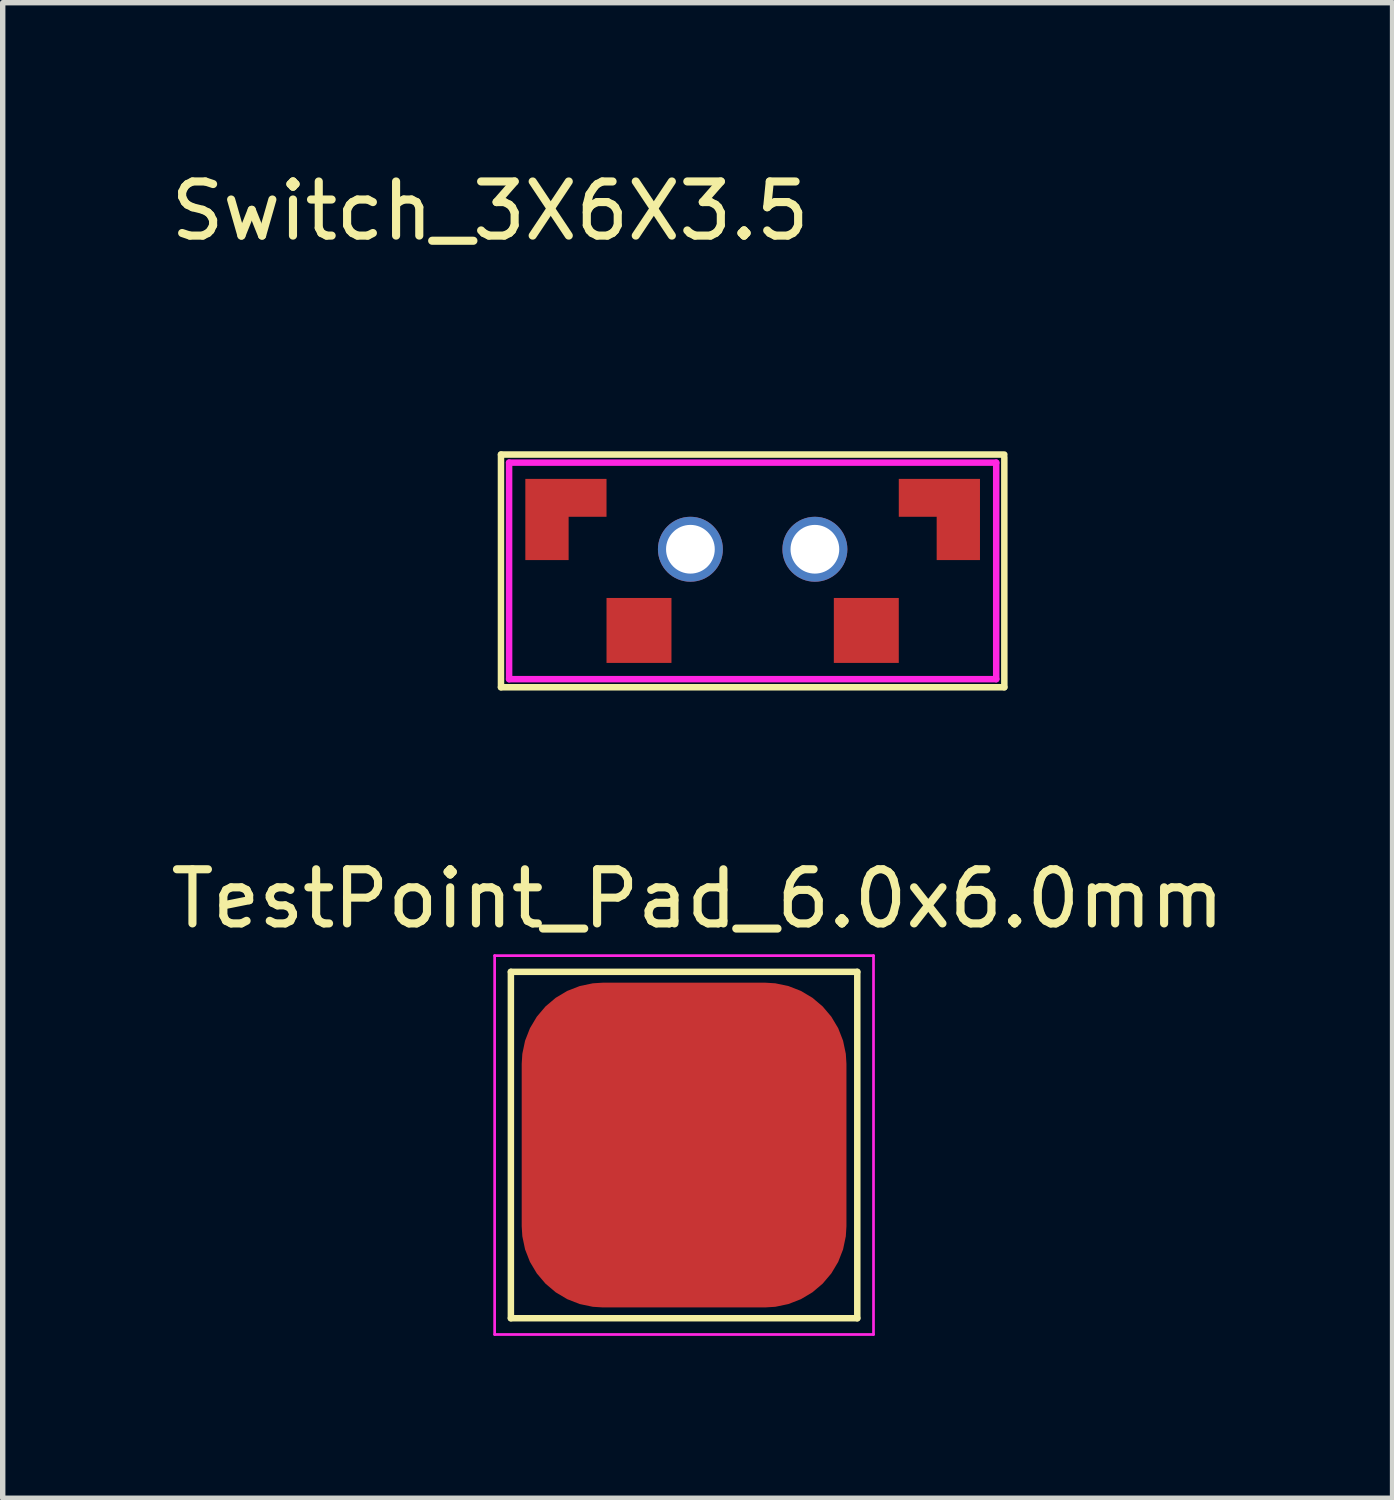
<source format=kicad_pcb>
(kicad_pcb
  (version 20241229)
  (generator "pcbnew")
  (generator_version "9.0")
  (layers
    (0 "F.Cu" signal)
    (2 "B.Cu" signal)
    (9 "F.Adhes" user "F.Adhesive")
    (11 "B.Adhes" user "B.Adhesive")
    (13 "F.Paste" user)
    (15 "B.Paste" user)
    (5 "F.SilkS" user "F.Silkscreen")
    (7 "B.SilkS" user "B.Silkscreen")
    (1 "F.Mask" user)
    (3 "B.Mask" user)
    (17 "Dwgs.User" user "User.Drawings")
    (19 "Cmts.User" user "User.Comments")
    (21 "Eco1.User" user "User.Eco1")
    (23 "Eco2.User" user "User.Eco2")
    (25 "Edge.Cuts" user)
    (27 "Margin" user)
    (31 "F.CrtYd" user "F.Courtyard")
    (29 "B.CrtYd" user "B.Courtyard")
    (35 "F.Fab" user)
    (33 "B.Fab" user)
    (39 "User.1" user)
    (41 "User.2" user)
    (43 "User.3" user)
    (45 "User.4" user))
  (footprint "TestPoint_Pad_6.0x6.0mm"
    (layer "F.Cu")
    (at 9.589 18.256)
    (property "Reference" "TestPoint_Pad_6.0x6.0mm" (at 0.25 -4.7 0) (layer "F.SilkS") (effects (font (size 1 1) (thickness 0.15))))
    (attr through_hole)
    (fp_line (start -3.2 -3.35) (end 3.2 -3.35) (stroke (width 0.12) (type solid)) (layer "F.SilkS"))
    (fp_line (start -3.2 3.05) (end -3.2 -3.35) (stroke (width 0.12) (type solid)) (layer "F.SilkS"))
    (fp_line (start 3.2 -3.35) (end 3.2 3.05) (stroke (width 0.12) (type solid)) (layer "F.SilkS"))
    (fp_line (start 3.2 3.05) (end -3.2 3.05) (stroke (width 0.12) (type solid)) (layer "F.SilkS"))
    (fp_line (start -3.5 -3.65) (end -3.5 3.35) (stroke (width 0.05) (type solid)) (layer "F.CrtYd"))
    (fp_line (start -3.5 -3.65) (end 3.5 -3.65) (stroke (width 0.05) (type solid)) (layer "F.CrtYd"))
    (fp_line (start 3.5 3.35) (end -3.5 3.35) (stroke (width 0.05) (type solid)) (layer "F.CrtYd"))
    (fp_line (start 3.5 3.35) (end 3.5 -3.65) (stroke (width 0.05) (type solid)) (layer "F.CrtYd"))
    (pad "1" smd roundrect (at 0 -0.15) (size 6 6) (layers "F.Cu" "F.Mask") (roundrect_rratio 0.25)))
  (footprint "Switch_3X6X3.5"
    (layer "F.Cu")
    (at 6.006 5.348)
    (property "Reference" "Switch_3X6X3.5" (at 0 -4.5 0) (layer "F.SilkS") (effects (font (size 1 1) (thickness 0.15))))
    (attr through_hole)
    (fp_line (start 0.2 0) (end 9.5 0) (stroke (width 0.12) (type solid)) (layer "F.SilkS"))
    (fp_line (start 0.2 4.3) (end 0.2 0) (stroke (width 0.12) (type solid)) (layer "F.SilkS"))
    (fp_line (start 9.5 0.05) (end 9.5 4.3) (stroke (width 0.12) (type solid)) (layer "F.SilkS"))
    (fp_line (start 9.5 4.3) (end 0.2 4.3) (stroke (width 0.12) (type solid)) (layer "F.SilkS"))
    (fp_line (start 0.35 0.15) (end 9.35 0.15) (stroke (width 0.12) (type solid)) (layer "F.CrtYd"))
    (fp_line (start 0.35 4.15) (end 0.35 0.15) (stroke (width 0.12) (type solid)) (layer "F.CrtYd"))
    (fp_line (start 9.35 0.15) (end 9.35 4.15) (stroke (width 0.12) (type solid)) (layer "F.CrtYd"))
    (fp_line (start 9.35 4.15) (end 0.35 4.15) (stroke (width 0.12) (type solid)) (layer "F.CrtYd"))
    (pad "" smd custom (at 1 0.8) (size 0.7 0.7) (layers "F.Cu" "F.Mask") (options (anchor rect)) (primitives (gr_poly (pts (xy -0.35 -0.35) (xy -0.35 1.15) (xy 0.45 1.15) (xy 0.45 0.35) (xy 1.15 0.35) (xy 1.15 -0.35)) (width 0) (fill yes))))
    (pad "" np_thru_hole circle (at 3.7 1.75) (size 1.2 1.2) (drill 0.9) (layers "*.Cu" "*.Mask"))
    (pad "" np_thru_hole circle (at 6 1.75) (size 1.2 1.2) (drill 0.9) (layers "*.Cu" "*.Mask"))
    (pad "" smd custom (at 8.7 0.8) (size 0.7 0.7) (layers "F.Cu" "F.Mask") (options (anchor rect)) (primitives (gr_poly (pts (xy 0.35 -0.35) (xy 0.35 1.15) (xy -0.45 1.15) (xy -0.45 0.35) (xy -1.15 0.35) (xy -1.15 -0.35)) (width 0) (fill yes))))
    (pad "1" smd rect (at 2.75 3.25) (size 1.2 1.2) (layers "F.Cu" "F.Mask" "F.Paste"))
    (pad "2" smd rect (at 6.95 3.25) (size 1.2 1.2) (layers "F.Cu" "F.Mask" "F.Paste")))
  (gr_rect
    (start -3 -3)
    (end 22.679 24.631)
    (stroke (width 0.1) (type default))
    (fill no)
    (layer "Edge.Cuts")))
</source>
